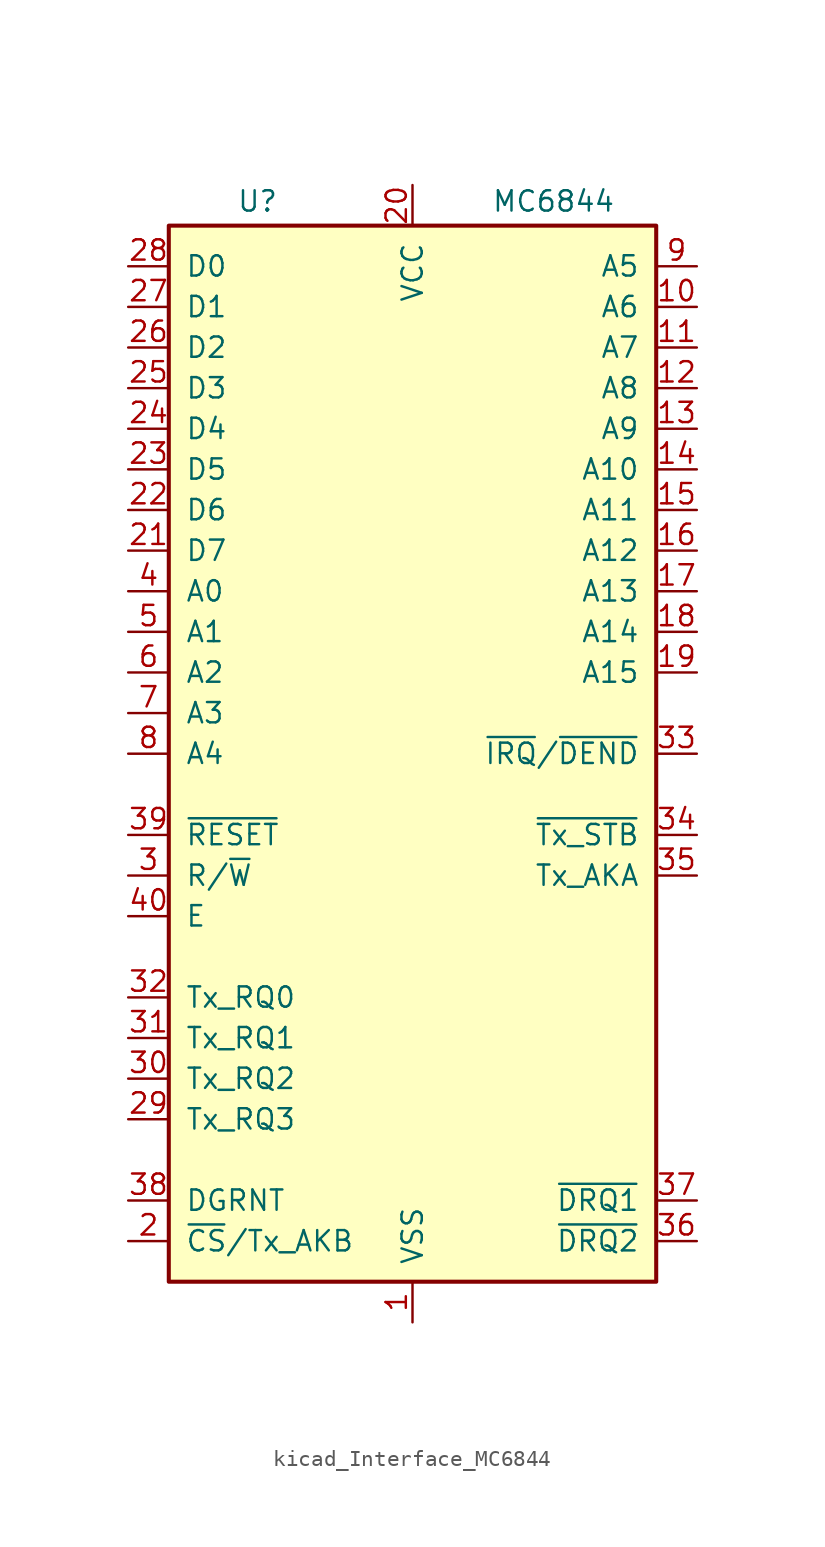
<source format=kicad_sym>
(kicad_symbol_lib
  (version 20220914)
  (generator kicad_symbol_editor)
  (symbol "kicad_Interface_MC6844"
    (pin_names
      (offset 1.016))
    (property "Reference" "U"
      (at -8.382 34.544 0)
      (effects (font (size 1.27 1.27)) (justify right)))
    (property "Value" "MC6844"
      (at 12.7 34.544 0)
      (effects (font (size 1.27 1.27)) (justify right)))
    (symbol "kicad_Interface_MC6844_0_1"
      (rectangle (start -15.24 -33.02) (end 15.24 33.02) (stroke (width 0.254) (type default)) (fill (type background))))
    (symbol "kicad_Interface_MC6844_1_1"
      (pin power_in line (at 0 -35.56 90) (length 2.54) (name "VSS" (effects (font (size 1.27 1.27)))) (number "1" (effects (font (size 1.27 1.27)))))
      (pin output line (at 17.78 27.94 180) (length 2.54) (name "A6" (effects (font (size 1.27 1.27)))) (number "10" (effects (font (size 1.27 1.27)))))
      (pin output line (at 17.78 25.4 180) (length 2.54) (name "A7" (effects (font (size 1.27 1.27)))) (number "11" (effects (font (size 1.27 1.27)))))
      (pin output line (at 17.78 22.86 180) (length 2.54) (name "A8" (effects (font (size 1.27 1.27)))) (number "12" (effects (font (size 1.27 1.27)))))
      (pin output line (at 17.78 20.32 180) (length 2.54) (name "A9" (effects (font (size 1.27 1.27)))) (number "13" (effects (font (size 1.27 1.27)))))
      (pin output line (at 17.78 17.78 180) (length 2.54) (name "A10" (effects (font (size 1.27 1.27)))) (number "14" (effects (font (size 1.27 1.27)))))
      (pin output line (at 17.78 15.24 180) (length 2.54) (name "A11" (effects (font (size 1.27 1.27)))) (number "15" (effects (font (size 1.27 1.27)))))
      (pin output line (at 17.78 12.7 180) (length 2.54) (name "A12" (effects (font (size 1.27 1.27)))) (number "16" (effects (font (size 1.27 1.27)))))
      (pin output line (at 17.78 10.16 180) (length 2.54) (name "A13" (effects (font (size 1.27 1.27)))) (number "17" (effects (font (size 1.27 1.27)))))
      (pin output line (at 17.78 7.62 180) (length 2.54) (name "A14" (effects (font (size 1.27 1.27)))) (number "18" (effects (font (size 1.27 1.27)))))
      (pin output line (at 17.78 5.08 180) (length 2.54) (name "A15" (effects (font (size 1.27 1.27)))) (number "19" (effects (font (size 1.27 1.27)))))
      (pin bidirectional line (at -17.78 -30.48 0) (length 2.54) (name "~{CS}/Tx_AKB" (effects (font (size 1.27 1.27)))) (number "2" (effects (font (size 1.27 1.27)))))
      (pin power_in line (at 0 35.56 270) (length 2.54) (name "VCC" (effects (font (size 1.27 1.27)))) (number "20" (effects (font (size 1.27 1.27)))))
      (pin bidirectional line (at -17.78 12.7 0) (length 2.54) (name "D7" (effects (font (size 1.27 1.27)))) (number "21" (effects (font (size 1.27 1.27)))))
      (pin bidirectional line (at -17.78 15.24 0) (length 2.54) (name "D6" (effects (font (size 1.27 1.27)))) (number "22" (effects (font (size 1.27 1.27)))))
      (pin bidirectional line (at -17.78 17.78 0) (length 2.54) (name "D5" (effects (font (size 1.27 1.27)))) (number "23" (effects (font (size 1.27 1.27)))))
      (pin bidirectional line (at -17.78 20.32 0) (length 2.54) (name "D4" (effects (font (size 1.27 1.27)))) (number "24" (effects (font (size 1.27 1.27)))))
      (pin bidirectional line (at -17.78 22.86 0) (length 2.54) (name "D3" (effects (font (size 1.27 1.27)))) (number "25" (effects (font (size 1.27 1.27)))))
      (pin bidirectional line (at -17.78 25.4 0) (length 2.54) (name "D2" (effects (font (size 1.27 1.27)))) (number "26" (effects (font (size 1.27 1.27)))))
      (pin bidirectional line (at -17.78 27.94 0) (length 2.54) (name "D1" (effects (font (size 1.27 1.27)))) (number "27" (effects (font (size 1.27 1.27)))))
      (pin bidirectional line (at -17.78 30.48 0) (length 2.54) (name "D0" (effects (font (size 1.27 1.27)))) (number "28" (effects (font (size 1.27 1.27)))))
      (pin input line (at -17.78 -22.86 0) (length 2.54) (name "Tx_RQ3" (effects (font (size 1.27 1.27)))) (number "29" (effects (font (size 1.27 1.27)))))
      (pin bidirectional line (at -17.78 -7.62 0) (length 2.54) (name "R/~{W}" (effects (font (size 1.27 1.27)))) (number "3" (effects (font (size 1.27 1.27)))))
      (pin input line (at -17.78 -20.32 0) (length 2.54) (name "Tx_RQ2" (effects (font (size 1.27 1.27)))) (number "30" (effects (font (size 1.27 1.27)))))
      (pin input line (at -17.78 -17.78 0) (length 2.54) (name "Tx_RQ1" (effects (font (size 1.27 1.27)))) (number "31" (effects (font (size 1.27 1.27)))))
      (pin input line (at -17.78 -15.24 0) (length 2.54) (name "Tx_RQ0" (effects (font (size 1.27 1.27)))) (number "32" (effects (font (size 1.27 1.27)))))
      (pin output line (at 17.78 0 180) (length 2.54) (name "~{IRQ}/~{DEND}" (effects (font (size 1.27 1.27)))) (number "33" (effects (font (size 1.27 1.27)))))
      (pin output line (at 17.78 -5.08 180) (length 2.54) (name "~{Tx_STB}" (effects (font (size 1.27 1.27)))) (number "34" (effects (font (size 1.27 1.27)))))
      (pin output line (at 17.78 -7.62 180) (length 2.54) (name "Tx_AKA" (effects (font (size 1.27 1.27)))) (number "35" (effects (font (size 1.27 1.27)))))
      (pin output line (at 17.78 -30.48 180) (length 2.54) (name "~{DRQ2}" (effects (font (size 1.27 1.27)))) (number "36" (effects (font (size 1.27 1.27)))))
      (pin output line (at 17.78 -27.94 180) (length 2.54) (name "~{DRQ1}" (effects (font (size 1.27 1.27)))) (number "37" (effects (font (size 1.27 1.27)))))
      (pin input line (at -17.78 -27.94 0) (length 2.54) (name "DGRNT" (effects (font (size 1.27 1.27)))) (number "38" (effects (font (size 1.27 1.27)))))
      (pin input line (at -17.78 -5.08 0) (length 2.54) (name "~{RESET}" (effects (font (size 1.27 1.27)))) (number "39" (effects (font (size 1.27 1.27)))))
      (pin bidirectional line (at -17.78 10.16 0) (length 2.54) (name "A0" (effects (font (size 1.27 1.27)))) (number "4" (effects (font (size 1.27 1.27)))))
      (pin input line (at -17.78 -10.16 0) (length 2.54) (name "E" (effects (font (size 1.27 1.27)))) (number "40" (effects (font (size 1.27 1.27)))))
      (pin bidirectional line (at -17.78 7.62 0) (length 2.54) (name "A1" (effects (font (size 1.27 1.27)))) (number "5" (effects (font (size 1.27 1.27)))))
      (pin bidirectional line (at -17.78 5.08 0) (length 2.54) (name "A2" (effects (font (size 1.27 1.27)))) (number "6" (effects (font (size 1.27 1.27)))))
      (pin bidirectional line (at -17.78 2.54 0) (length 2.54) (name "A3" (effects (font (size 1.27 1.27)))) (number "7" (effects (font (size 1.27 1.27)))))
      (pin bidirectional line (at -17.78 0 0) (length 2.54) (name "A4" (effects (font (size 1.27 1.27)))) (number "8" (effects (font (size 1.27 1.27)))))
      (pin output line (at 17.78 30.48 180) (length 2.54) (name "A5" (effects (font (size 1.27 1.27)))) (number "9" (effects (font (size 1.27 1.27))))))))
</source>
